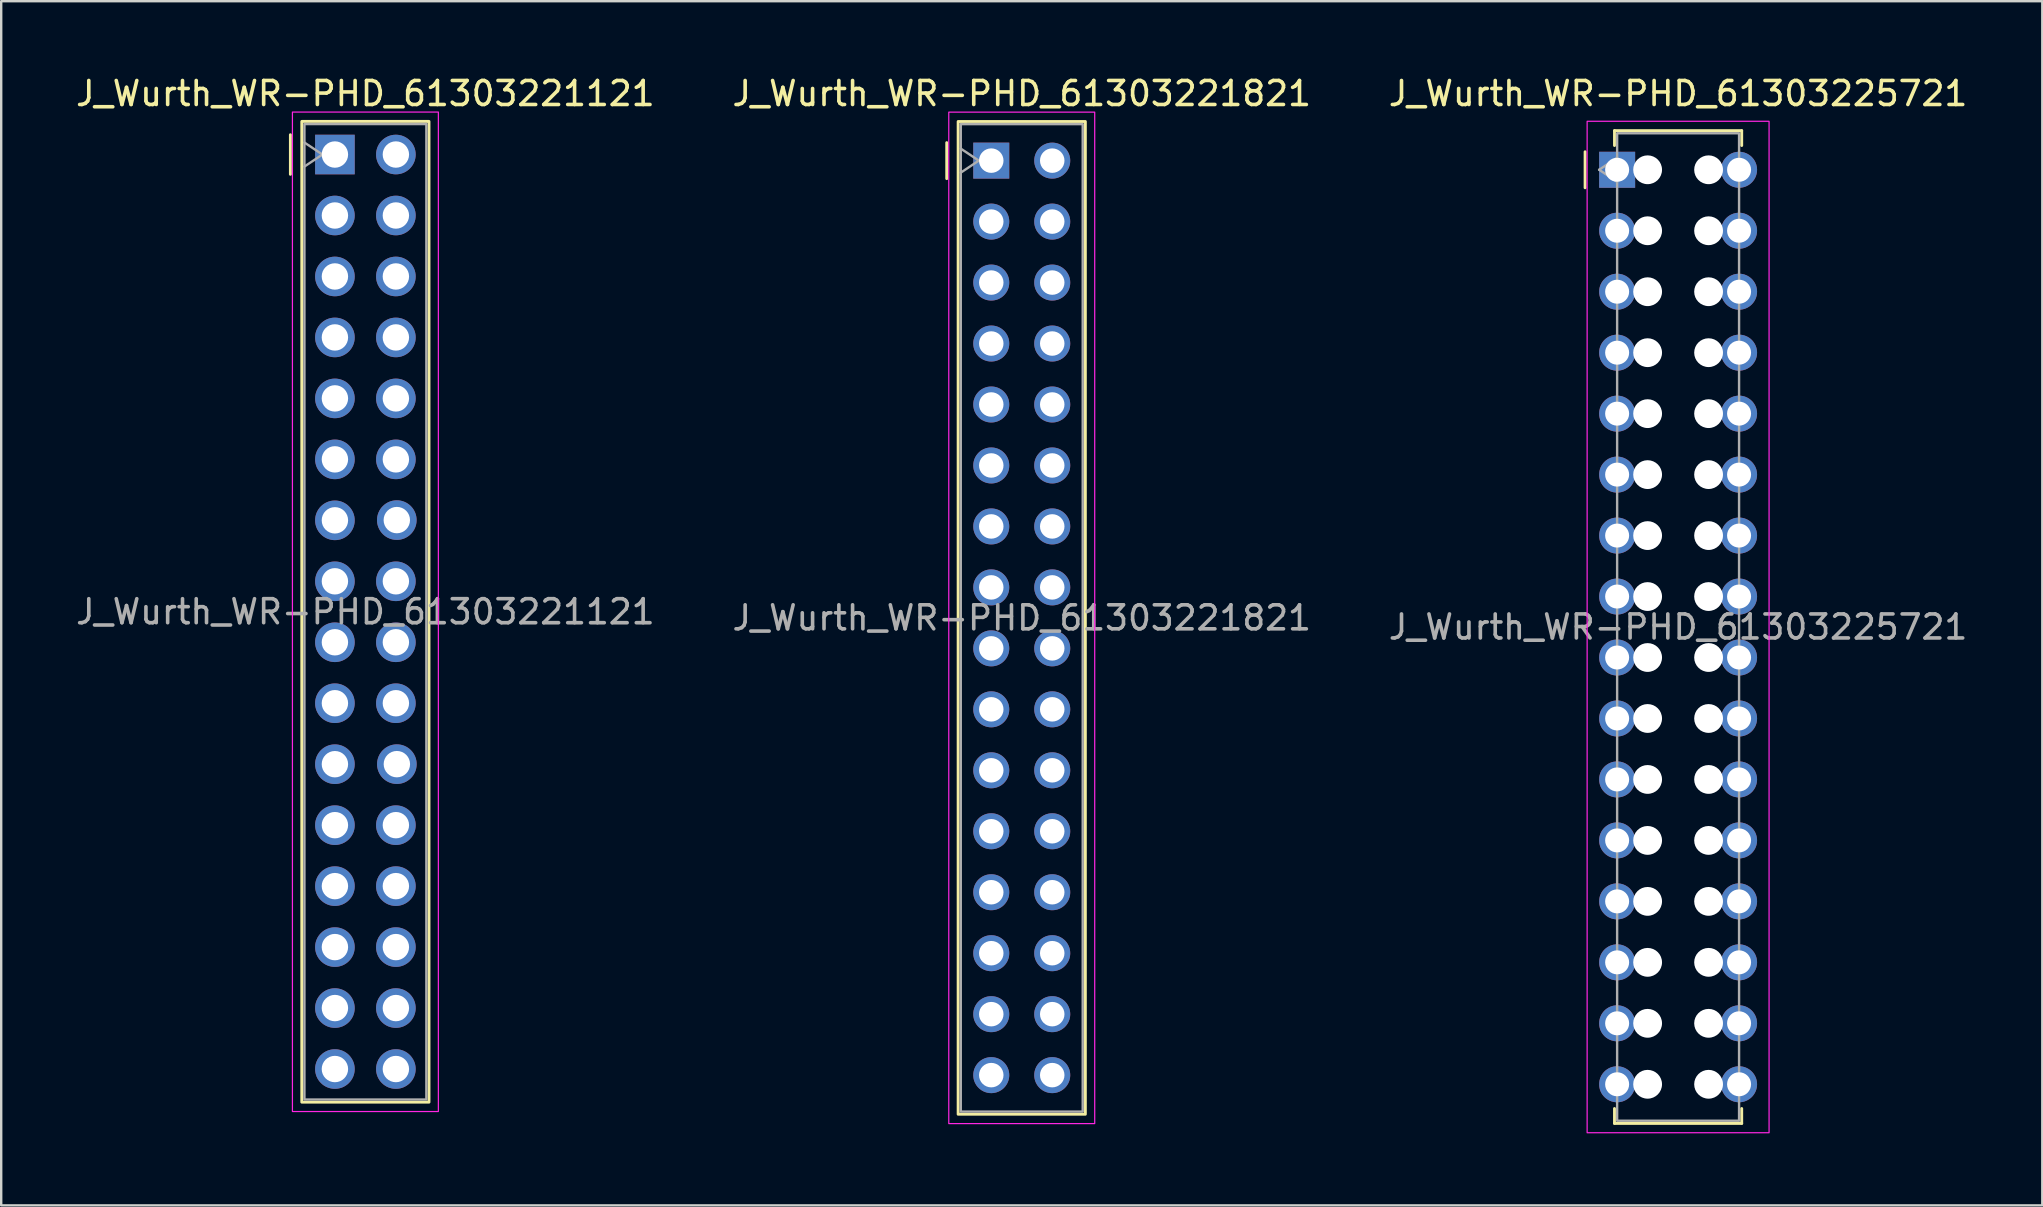
<source format=kicad_pcb>
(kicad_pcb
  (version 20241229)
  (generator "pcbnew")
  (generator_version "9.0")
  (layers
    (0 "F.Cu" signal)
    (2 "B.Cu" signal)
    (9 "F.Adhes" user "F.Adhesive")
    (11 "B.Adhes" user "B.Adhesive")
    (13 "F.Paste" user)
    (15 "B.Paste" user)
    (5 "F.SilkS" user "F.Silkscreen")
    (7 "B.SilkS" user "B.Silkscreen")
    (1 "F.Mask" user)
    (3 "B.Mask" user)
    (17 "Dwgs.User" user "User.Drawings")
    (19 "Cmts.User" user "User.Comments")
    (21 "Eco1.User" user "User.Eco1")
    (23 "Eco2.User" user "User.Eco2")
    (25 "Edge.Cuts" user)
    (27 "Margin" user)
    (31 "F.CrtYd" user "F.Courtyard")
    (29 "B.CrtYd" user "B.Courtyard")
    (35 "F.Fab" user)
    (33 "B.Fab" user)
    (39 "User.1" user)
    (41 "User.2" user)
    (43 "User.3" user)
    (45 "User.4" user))
  (footprint "J_Wurth_WR-PHD_61303225721"
    (layer "F.Cu")
    (at 64.323 4.023)
    (property "Reference" "J_Wurth_WR-PHD_61303225721" (at 2.54 -3.175 0) (unlocked yes) (layer "F.SilkS") (effects (font (size 1 1) (thickness 0.15))))
    (attr through_hole)
    (fp_line (start -1.335 -0.75) (end -1.335 0.75) (stroke (width 0.12) (type solid)) (layer "F.SilkS"))
    (fp_line (start -0.11 -1.63) (end -0.11 -1.01) (stroke (width 0.12) (type solid)) (layer "F.SilkS"))
    (fp_line (start -0.11 39.73) (end -0.11 39.11) (stroke (width 0.12) (type solid)) (layer "F.SilkS"))
    (fp_line (start 5.19 -1.63) (end -0.11 -1.63) (stroke (width 0.12) (type solid)) (layer "F.SilkS"))
    (fp_line (start 5.19 -1.63) (end 5.19 -1.01) (stroke (width 0.12) (type solid)) (layer "F.SilkS"))
    (fp_line (start 5.19 39.73) (end -0.11 39.73) (stroke (width 0.12) (type solid)) (layer "F.SilkS"))
    (fp_line (start 5.19 39.73) (end 5.19 39.11) (stroke (width 0.12) (type solid)) (layer "F.SilkS"))
    (fp_rect (start -1.25 -2.02) (end 6.33 40.12) (stroke (width 0.05) (type solid)) (fill no) (layer "F.CrtYd"))
    (fp_line (start -0.75 0) (end 0 -0.5) (stroke (width 0.1) (type solid)) (layer "F.Fab"))
    (fp_line (start 0 0.5) (end -0.75 0) (stroke (width 0.1) (type solid)) (layer "F.Fab"))
    (fp_rect (start 0 -1.52) (end 5.08 39.62) (stroke (width 0.1) (type solid)) (fill no) (layer "F.Fab"))
    (fp_text user "${REFERENCE}" (at 2.54 19.05 0) (unlocked yes) (layer "F.Fab") (effects (font (size 1 1) (thickness 0.15))))
    (pad "" np_thru_hole circle (at 1.27 0 270) (size 1.2 1.2) (drill 1.2) (layers "*.Cu" "*.Mask"))
    (pad "" np_thru_hole circle (at 1.27 2.54 270) (size 1.2 1.2) (drill 1.2) (layers "*.Cu" "*.Mask"))
    (pad "" np_thru_hole circle (at 1.27 5.08 270) (size 1.2 1.2) (drill 1.2) (layers "*.Cu" "*.Mask"))
    (pad "" np_thru_hole circle (at 1.27 7.62 270) (size 1.2 1.2) (drill 1.2) (layers "*.Cu" "*.Mask"))
    (pad "" np_thru_hole circle (at 1.27 10.16 270) (size 1.2 1.2) (drill 1.2) (layers "*.Cu" "*.Mask"))
    (pad "" np_thru_hole circle (at 1.27 12.7 270) (size 1.2 1.2) (drill 1.2) (layers "*.Cu" "*.Mask"))
    (pad "" np_thru_hole circle (at 1.27 15.24 270) (size 1.2 1.2) (drill 1.2) (layers "*.Cu" "*.Mask"))
    (pad "" np_thru_hole circle (at 1.27 17.78 270) (size 1.2 1.2) (drill 1.2) (layers "*.Cu" "*.Mask"))
    (pad "" np_thru_hole circle (at 1.27 20.32 270) (size 1.2 1.2) (drill 1.2) (layers "*.Cu" "*.Mask"))
    (pad "" np_thru_hole circle (at 1.27 22.86 270) (size 1.2 1.2) (drill 1.2) (layers "*.Cu" "*.Mask"))
    (pad "" np_thru_hole circle (at 1.27 25.4 270) (size 1.2 1.2) (drill 1.2) (layers "*.Cu" "*.Mask"))
    (pad "" np_thru_hole circle (at 1.27 27.94 270) (size 1.2 1.2) (drill 1.2) (layers "*.Cu" "*.Mask"))
    (pad "" np_thru_hole circle (at 1.27 30.48 270) (size 1.2 1.2) (drill 1.2) (layers "*.Cu" "*.Mask"))
    (pad "" np_thru_hole circle (at 1.27 33.02 270) (size 1.2 1.2) (drill 1.2) (layers "*.Cu" "*.Mask"))
    (pad "" np_thru_hole circle (at 1.27 35.56 270) (size 1.2 1.2) (drill 1.2) (layers "*.Cu" "*.Mask"))
    (pad "" np_thru_hole circle (at 1.27 38.1 270) (size 1.2 1.2) (drill 1.2) (layers "*.Cu" "*.Mask"))
    (pad "" np_thru_hole circle (at 3.81 0 270) (size 1.2 1.2) (drill 1.2) (layers "*.Cu" "*.Mask"))
    (pad "" np_thru_hole circle (at 3.81 2.54 270) (size 1.2 1.2) (drill 1.2) (layers "*.Cu" "*.Mask"))
    (pad "" np_thru_hole circle (at 3.81 5.08 270) (size 1.2 1.2) (drill 1.2) (layers "*.Cu" "*.Mask"))
    (pad "" np_thru_hole circle (at 3.81 7.62 270) (size 1.2 1.2) (drill 1.2) (layers "*.Cu" "*.Mask"))
    (pad "" np_thru_hole circle (at 3.81 10.16 270) (size 1.2 1.2) (drill 1.2) (layers "*.Cu" "*.Mask"))
    (pad "" np_thru_hole circle (at 3.81 12.7 270) (size 1.2 1.2) (drill 1.2) (layers "*.Cu" "*.Mask"))
    (pad "" np_thru_hole circle (at 3.81 15.24 270) (size 1.2 1.2) (drill 1.2) (layers "*.Cu" "*.Mask"))
    (pad "" np_thru_hole circle (at 3.81 17.78 270) (size 1.2 1.2) (drill 1.2) (layers "*.Cu" "*.Mask"))
    (pad "" np_thru_hole circle (at 3.81 20.32 270) (size 1.2 1.2) (drill 1.2) (layers "*.Cu" "*.Mask"))
    (pad "" np_thru_hole circle (at 3.81 22.86 270) (size 1.2 1.2) (drill 1.2) (layers "*.Cu" "*.Mask"))
    (pad "" np_thru_hole circle (at 3.81 25.4 270) (size 1.2 1.2) (drill 1.2) (layers "*.Cu" "*.Mask"))
    (pad "" np_thru_hole circle (at 3.81 27.94 270) (size 1.2 1.2) (drill 1.2) (layers "*.Cu" "*.Mask"))
    (pad "" np_thru_hole circle (at 3.81 30.48 270) (size 1.2 1.2) (drill 1.2) (layers "*.Cu" "*.Mask"))
    (pad "" np_thru_hole circle (at 3.81 33.02 270) (size 1.2 1.2) (drill 1.2) (layers "*.Cu" "*.Mask"))
    (pad "" np_thru_hole circle (at 3.81 35.56 270) (size 1.2 1.2) (drill 1.2) (layers "*.Cu" "*.Mask"))
    (pad "" np_thru_hole circle (at 3.81 38.1 270) (size 1.2 1.2) (drill 1.2) (layers "*.Cu" "*.Mask"))
    (pad "1" thru_hole rect (at 0 0 270) (size 1.5 1.5) (drill 1) (layers "*.Cu" "*.Mask"))
    (pad "2" thru_hole circle (at 5.08 0 270) (size 1.5 1.5) (drill 1) (layers "*.Cu" "*.Mask"))
    (pad "3" thru_hole circle (at 0 2.54 270) (size 1.5 1.5) (drill 1) (layers "*.Cu" "*.Mask"))
    (pad "4" thru_hole circle (at 5.08 2.54 270) (size 1.5 1.5) (drill 1) (layers "*.Cu" "*.Mask"))
    (pad "5" thru_hole circle (at 0 5.08 270) (size 1.5 1.5) (drill 1) (layers "*.Cu" "*.Mask"))
    (pad "6" thru_hole circle (at 5.08 5.08 270) (size 1.5 1.5) (drill 1) (layers "*.Cu" "*.Mask"))
    (pad "7" thru_hole circle (at 0 7.62 270) (size 1.5 1.5) (drill 1) (layers "*.Cu" "*.Mask"))
    (pad "8" thru_hole circle (at 5.08 7.62 270) (size 1.5 1.5) (drill 1) (layers "*.Cu" "*.Mask"))
    (pad "9" thru_hole circle (at 0 10.16 270) (size 1.5 1.5) (drill 1) (layers "*.Cu" "*.Mask"))
    (pad "10" thru_hole circle (at 5.08 10.16 270) (size 1.5 1.5) (drill 1) (layers "*.Cu" "*.Mask"))
    (pad "11" thru_hole circle (at 0 12.7 270) (size 1.5 1.5) (drill 1) (layers "*.Cu" "*.Mask"))
    (pad "12" thru_hole circle (at 5.08 12.7 270) (size 1.5 1.5) (drill 1) (layers "*.Cu" "*.Mask"))
    (pad "13" thru_hole circle (at 0 15.24 270) (size 1.5 1.5) (drill 1) (layers "*.Cu" "*.Mask"))
    (pad "14" thru_hole circle (at 5.08 15.24 270) (size 1.5 1.5) (drill 1) (layers "*.Cu" "*.Mask"))
    (pad "15" thru_hole circle (at 0 17.78 270) (size 1.5 1.5) (drill 1) (layers "*.Cu" "*.Mask"))
    (pad "16" thru_hole circle (at 5.08 17.78 270) (size 1.5 1.5) (drill 1) (layers "*.Cu" "*.Mask"))
    (pad "17" thru_hole circle (at 0 20.32 270) (size 1.5 1.5) (drill 1) (layers "*.Cu" "*.Mask"))
    (pad "18" thru_hole circle (at 5.08 20.32 270) (size 1.5 1.5) (drill 1) (layers "*.Cu" "*.Mask"))
    (pad "19" thru_hole circle (at 0 22.86 270) (size 1.5 1.5) (drill 1) (layers "*.Cu" "*.Mask"))
    (pad "20" thru_hole circle (at 5.08 22.86 270) (size 1.5 1.5) (drill 1) (layers "*.Cu" "*.Mask"))
    (pad "21" thru_hole circle (at 0 25.4 270) (size 1.5 1.5) (drill 1) (layers "*.Cu" "*.Mask"))
    (pad "22" thru_hole circle (at 5.08 25.4 270) (size 1.5 1.5) (drill 1) (layers "*.Cu" "*.Mask"))
    (pad "23" thru_hole circle (at 0 27.94 270) (size 1.5 1.5) (drill 1) (layers "*.Cu" "*.Mask"))
    (pad "24" thru_hole circle (at 5.08 27.94 270) (size 1.5 1.5) (drill 1) (layers "*.Cu" "*.Mask"))
    (pad "25" thru_hole circle (at 0 30.48 270) (size 1.5 1.5) (drill 1) (layers "*.Cu" "*.Mask"))
    (pad "26" thru_hole circle (at 5.08 30.48 270) (size 1.5 1.5) (drill 1) (layers "*.Cu" "*.Mask"))
    (pad "27" thru_hole circle (at 0 33.02 270) (size 1.5 1.5) (drill 1) (layers "*.Cu" "*.Mask"))
    (pad "28" thru_hole circle (at 5.08 33.02 270) (size 1.5 1.5) (drill 1) (layers "*.Cu" "*.Mask"))
    (pad "29" thru_hole circle (at 0 35.56 270) (size 1.5 1.5) (drill 1) (layers "*.Cu" "*.Mask"))
    (pad "30" thru_hole circle (at 5.08 35.56 270) (size 1.5 1.5) (drill 1) (layers "*.Cu" "*.Mask"))
    (pad "31" thru_hole circle (at 0 38.1 270) (size 1.5 1.5) (drill 1) (layers "*.Cu" "*.Mask"))
    (pad "32" thru_hole circle (at 5.08 38.1 270) (size 1.5 1.5) (drill 1) (layers "*.Cu" "*.Mask")))
  (footprint "J_Wurth_WR-PHD_61303221121"
    (layer "F.Cu")
    (at 10.903 3.388)
    (property "Reference" "J_Wurth_WR-PHD_61303221121" (at 1.27 -2.54 0) (unlocked yes) (layer "F.SilkS") (effects (font (size 1 1) (thickness 0.15))))
    (attr through_hole)
    (fp_line (start -1.855 -0.825) (end -1.855 0.825) (stroke (width 0.12) (type solid)) (layer "F.SilkS"))
    (fp_rect (start -1.38 -1.38) (end 3.92 39.48) (stroke (width 0.12) (type solid)) (fill no) (layer "F.SilkS"))
    (fp_rect (start -1.77 -1.77) (end 4.31 39.87) (stroke (width 0.05) (type solid)) (fill no) (layer "F.CrtYd"))
    (fp_line (start -1.27 -0.5) (end -0.52 0) (stroke (width 0.1) (type solid)) (layer "F.Fab"))
    (fp_line (start -0.52 0) (end -1.27 0.5) (stroke (width 0.1) (type solid)) (layer "F.Fab"))
    (fp_rect (start -1.27 -1.27) (end 3.81 39.37) (stroke (width 0.1) (type solid)) (fill no) (layer "F.Fab"))
    (fp_text user "${REFERENCE}" (at 1.27 19.05 0) (unlocked yes) (layer "F.Fab") (effects (font (size 1 1) (thickness 0.15))))
    (pad "1" thru_hole rect (at 0 0 270) (size 1.65 1.65) (drill 1.1) (layers "*.Cu" "*.Mask"))
    (pad "2" thru_hole circle (at 2.54 0 270) (size 1.65 1.65) (drill 1.1) (layers "*.Cu" "*.Mask"))
    (pad "3" thru_hole circle (at 0 2.54 270) (size 1.65 1.65) (drill 1.1) (layers "*.Cu" "*.Mask"))
    (pad "4" thru_hole circle (at 2.54 2.54 270) (size 1.65 1.65) (drill 1.1) (layers "*.Cu" "*.Mask"))
    (pad "5" thru_hole circle (at 0 5.08 270) (size 1.65 1.65) (drill 1.1) (layers "*.Cu" "*.Mask"))
    (pad "6" thru_hole circle (at 2.54 5.08 270) (size 1.65 1.65) (drill 1.1) (layers "*.Cu" "*.Mask"))
    (pad "7" thru_hole circle (at 0 7.62 270) (size 1.65 1.65) (drill 1.1) (layers "*.Cu" "*.Mask"))
    (pad "8" thru_hole circle (at 2.54 7.62 270) (size 1.65 1.65) (drill 1.1) (layers "*.Cu" "*.Mask"))
    (pad "9" thru_hole circle (at 0 10.16 270) (size 1.65 1.65) (drill 1.1) (layers "*.Cu" "*.Mask"))
    (pad "10" thru_hole circle (at 2.54 10.16 270) (size 1.65 1.65) (drill 1.1) (layers "*.Cu" "*.Mask"))
    (pad "11" thru_hole circle (at 0 12.7 270) (size 1.65 1.65) (drill 1.1) (layers "*.Cu" "*.Mask"))
    (pad "12" thru_hole circle (at 2.54 12.7 270) (size 1.65 1.65) (drill 1.1) (layers "*.Cu" "*.Mask"))
    (pad "13" thru_hole circle (at 0 15.24 270) (size 1.65 1.65) (drill 1.1) (layers "*.Cu" "*.Mask"))
    (pad "14" thru_hole circle (at 2.579 15.23 270) (size 1.65 1.65) (drill 1.1) (layers "*.Cu" "*.Mask"))
    (pad "15" thru_hole circle (at 0 17.78 270) (size 1.65 1.65) (drill 1.1) (layers "*.Cu" "*.Mask"))
    (pad "16" thru_hole circle (at 2.54 17.78 270) (size 1.65 1.65) (drill 1.1) (layers "*.Cu" "*.Mask"))
    (pad "17" thru_hole circle (at 0 20.32 270) (size 1.65 1.65) (drill 1.1) (layers "*.Cu" "*.Mask"))
    (pad "18" thru_hole circle (at 2.54 20.32 270) (size 1.65 1.65) (drill 1.1) (layers "*.Cu" "*.Mask"))
    (pad "19" thru_hole circle (at 0 22.86 270) (size 1.65 1.65) (drill 1.1) (layers "*.Cu" "*.Mask"))
    (pad "20" thru_hole circle (at 2.54 22.86 270) (size 1.65 1.65) (drill 1.1) (layers "*.Cu" "*.Mask"))
    (pad "21" thru_hole circle (at 0 25.4 270) (size 1.65 1.65) (drill 1.1) (layers "*.Cu" "*.Mask"))
    (pad "22" thru_hole circle (at 2.581 25.398 270) (size 1.65 1.65) (drill 1.1) (layers "*.Cu" "*.Mask"))
    (pad "23" thru_hole circle (at 0 27.94 270) (size 1.65 1.65) (drill 1.1) (layers "*.Cu" "*.Mask"))
    (pad "24" thru_hole circle (at 2.54 27.94 270) (size 1.65 1.65) (drill 1.1) (layers "*.Cu" "*.Mask"))
    (pad "25" thru_hole circle (at 0 30.48 270) (size 1.65 1.65) (drill 1.1) (layers "*.Cu" "*.Mask"))
    (pad "26" thru_hole circle (at 2.54 30.48 270) (size 1.65 1.65) (drill 1.1) (layers "*.Cu" "*.Mask"))
    (pad "27" thru_hole circle (at 0 33.02 270) (size 1.65 1.65) (drill 1.1) (layers "*.Cu" "*.Mask"))
    (pad "28" thru_hole circle (at 2.54 33.02 270) (size 1.65 1.65) (drill 1.1) (layers "*.Cu" "*.Mask"))
    (pad "29" thru_hole circle (at 0 35.56 270) (size 1.65 1.65) (drill 1.1) (layers "*.Cu" "*.Mask"))
    (pad "30" thru_hole circle (at 2.54 35.56 270) (size 1.65 1.65) (drill 1.1) (layers "*.Cu" "*.Mask"))
    (pad "31" thru_hole circle (at 0 38.1 270) (size 1.65 1.65) (drill 1.1) (layers "*.Cu" "*.Mask"))
    (pad "32" thru_hole circle (at 2.54 38.1 270) (size 1.65 1.65) (drill 1.1) (layers "*.Cu" "*.Mask")))
  (footprint "J_Wurth_WR-PHD_61303221821"
    (layer "F.Cu")
    (at 38.248 3.642)
    (property "Reference" "J_Wurth_WR-PHD_61303221821" (at 1.27 -2.794 0) (unlocked yes) (layer "F.SilkS") (effects (font (size 1 1) (thickness 0.15))))
    (attr through_hole)
    (fp_line (start -1.855 -0.75) (end -1.855 0.75) (stroke (width 0.12) (type solid)) (layer "F.SilkS"))
    (fp_rect (start -1.38 -1.63) (end 3.92 39.73) (stroke (width 0.12) (type solid)) (fill no) (layer "F.SilkS"))
    (fp_rect (start -1.77 -2.02) (end 4.31 40.12) (stroke (width 0.05) (type solid)) (fill no) (layer "F.CrtYd"))
    (fp_line (start -1.27 -0.5) (end -0.52 0) (stroke (width 0.1) (type solid)) (layer "F.Fab"))
    (fp_line (start -0.52 0) (end -1.27 0.5) (stroke (width 0.1) (type solid)) (layer "F.Fab"))
    (fp_rect (start -1.27 -1.52) (end 3.81 39.62) (stroke (width 0.1) (type solid)) (fill no) (layer "F.Fab"))
    (fp_text user "${REFERENCE}" (at 1.27 19.05 0) (unlocked yes) (layer "F.Fab") (effects (font (size 1 1) (thickness 0.15))))
    (pad "1" thru_hole rect (at 0 0) (size 1.5 1.5) (drill 1.02) (layers "*.Cu" "*.Mask"))
    (pad "2" thru_hole circle (at 2.54 0) (size 1.5 1.5) (drill 1.02) (layers "*.Cu" "*.Mask"))
    (pad "3" thru_hole circle (at 0 2.54) (size 1.5 1.5) (drill 1.02) (layers "*.Cu" "*.Mask"))
    (pad "4" thru_hole circle (at 2.54 2.54) (size 1.5 1.5) (drill 1.02) (layers "*.Cu" "*.Mask"))
    (pad "5" thru_hole circle (at 0 5.08) (size 1.5 1.5) (drill 1.02) (layers "*.Cu" "*.Mask"))
    (pad "6" thru_hole circle (at 2.54 5.08) (size 1.5 1.5) (drill 1.02) (layers "*.Cu" "*.Mask"))
    (pad "7" thru_hole circle (at 0 7.62) (size 1.5 1.5) (drill 1.02) (layers "*.Cu" "*.Mask"))
    (pad "8" thru_hole circle (at 2.54 7.62) (size 1.5 1.5) (drill 1.02) (layers "*.Cu" "*.Mask"))
    (pad "9" thru_hole circle (at 0 10.16) (size 1.5 1.5) (drill 1.02) (layers "*.Cu" "*.Mask"))
    (pad "10" thru_hole circle (at 2.54 10.16) (size 1.5 1.5) (drill 1.02) (layers "*.Cu" "*.Mask"))
    (pad "11" thru_hole circle (at 0 12.7) (size 1.5 1.5) (drill 1.02) (layers "*.Cu" "*.Mask"))
    (pad "12" thru_hole circle (at 2.54 12.7) (size 1.5 1.5) (drill 1.02) (layers "*.Cu" "*.Mask"))
    (pad "13" thru_hole circle (at 0 15.24) (size 1.5 1.5) (drill 1.02) (layers "*.Cu" "*.Mask"))
    (pad "14" thru_hole circle (at 2.54 15.24) (size 1.5 1.5) (drill 1.02) (layers "*.Cu" "*.Mask"))
    (pad "15" thru_hole circle (at 0 17.78) (size 1.5 1.5) (drill 1.02) (layers "*.Cu" "*.Mask"))
    (pad "16" thru_hole circle (at 2.54 17.78) (size 1.5 1.5) (drill 1.02) (layers "*.Cu" "*.Mask"))
    (pad "17" thru_hole circle (at 0 20.32) (size 1.5 1.5) (drill 1.02) (layers "*.Cu" "*.Mask"))
    (pad "18" thru_hole circle (at 2.54 20.32) (size 1.5 1.5) (drill 1.02) (layers "*.Cu" "*.Mask"))
    (pad "19" thru_hole circle (at 0 22.86) (size 1.5 1.5) (drill 1.02) (layers "*.Cu" "*.Mask"))
    (pad "20" thru_hole circle (at 2.54 22.86) (size 1.5 1.5) (drill 1.02) (layers "*.Cu" "*.Mask"))
    (pad "21" thru_hole circle (at 0 25.4) (size 1.5 1.5) (drill 1.02) (layers "*.Cu" "*.Mask"))
    (pad "22" thru_hole circle (at 2.54 25.4) (size 1.5 1.5) (drill 1.02) (layers "*.Cu" "*.Mask"))
    (pad "23" thru_hole circle (at 0 27.94) (size 1.5 1.5) (drill 1.02) (layers "*.Cu" "*.Mask"))
    (pad "24" thru_hole circle (at 2.54 27.94) (size 1.5 1.5) (drill 1.02) (layers "*.Cu" "*.Mask"))
    (pad "25" thru_hole circle (at 0 30.48) (size 1.5 1.5) (drill 1.02) (layers "*.Cu" "*.Mask"))
    (pad "26" thru_hole circle (at 2.54 30.48) (size 1.5 1.5) (drill 1.02) (layers "*.Cu" "*.Mask"))
    (pad "27" thru_hole circle (at 0 33.02) (size 1.5 1.5) (drill 1.02) (layers "*.Cu" "*.Mask"))
    (pad "28" thru_hole circle (at 2.54 33.02) (size 1.5 1.5) (drill 1.02) (layers "*.Cu" "*.Mask"))
    (pad "29" thru_hole circle (at 0 35.56) (size 1.5 1.5) (drill 1.02) (layers "*.Cu" "*.Mask"))
    (pad "30" thru_hole circle (at 2.54 35.56) (size 1.5 1.5) (drill 1.02) (layers "*.Cu" "*.Mask"))
    (pad "31" thru_hole circle (at 0 38.1) (size 1.5 1.5) (drill 1.02) (layers "*.Cu" "*.Mask"))
    (pad "32" thru_hole circle (at 2.54 38.1) (size 1.5 1.5) (drill 1.02) (layers "*.Cu" "*.Mask")))
  (gr_rect
    (start -3 -3)
    (end 82.036 47.168)
    (stroke (width 0.1) (type default))
    (fill no)
    (layer "Edge.Cuts")))
</source>
